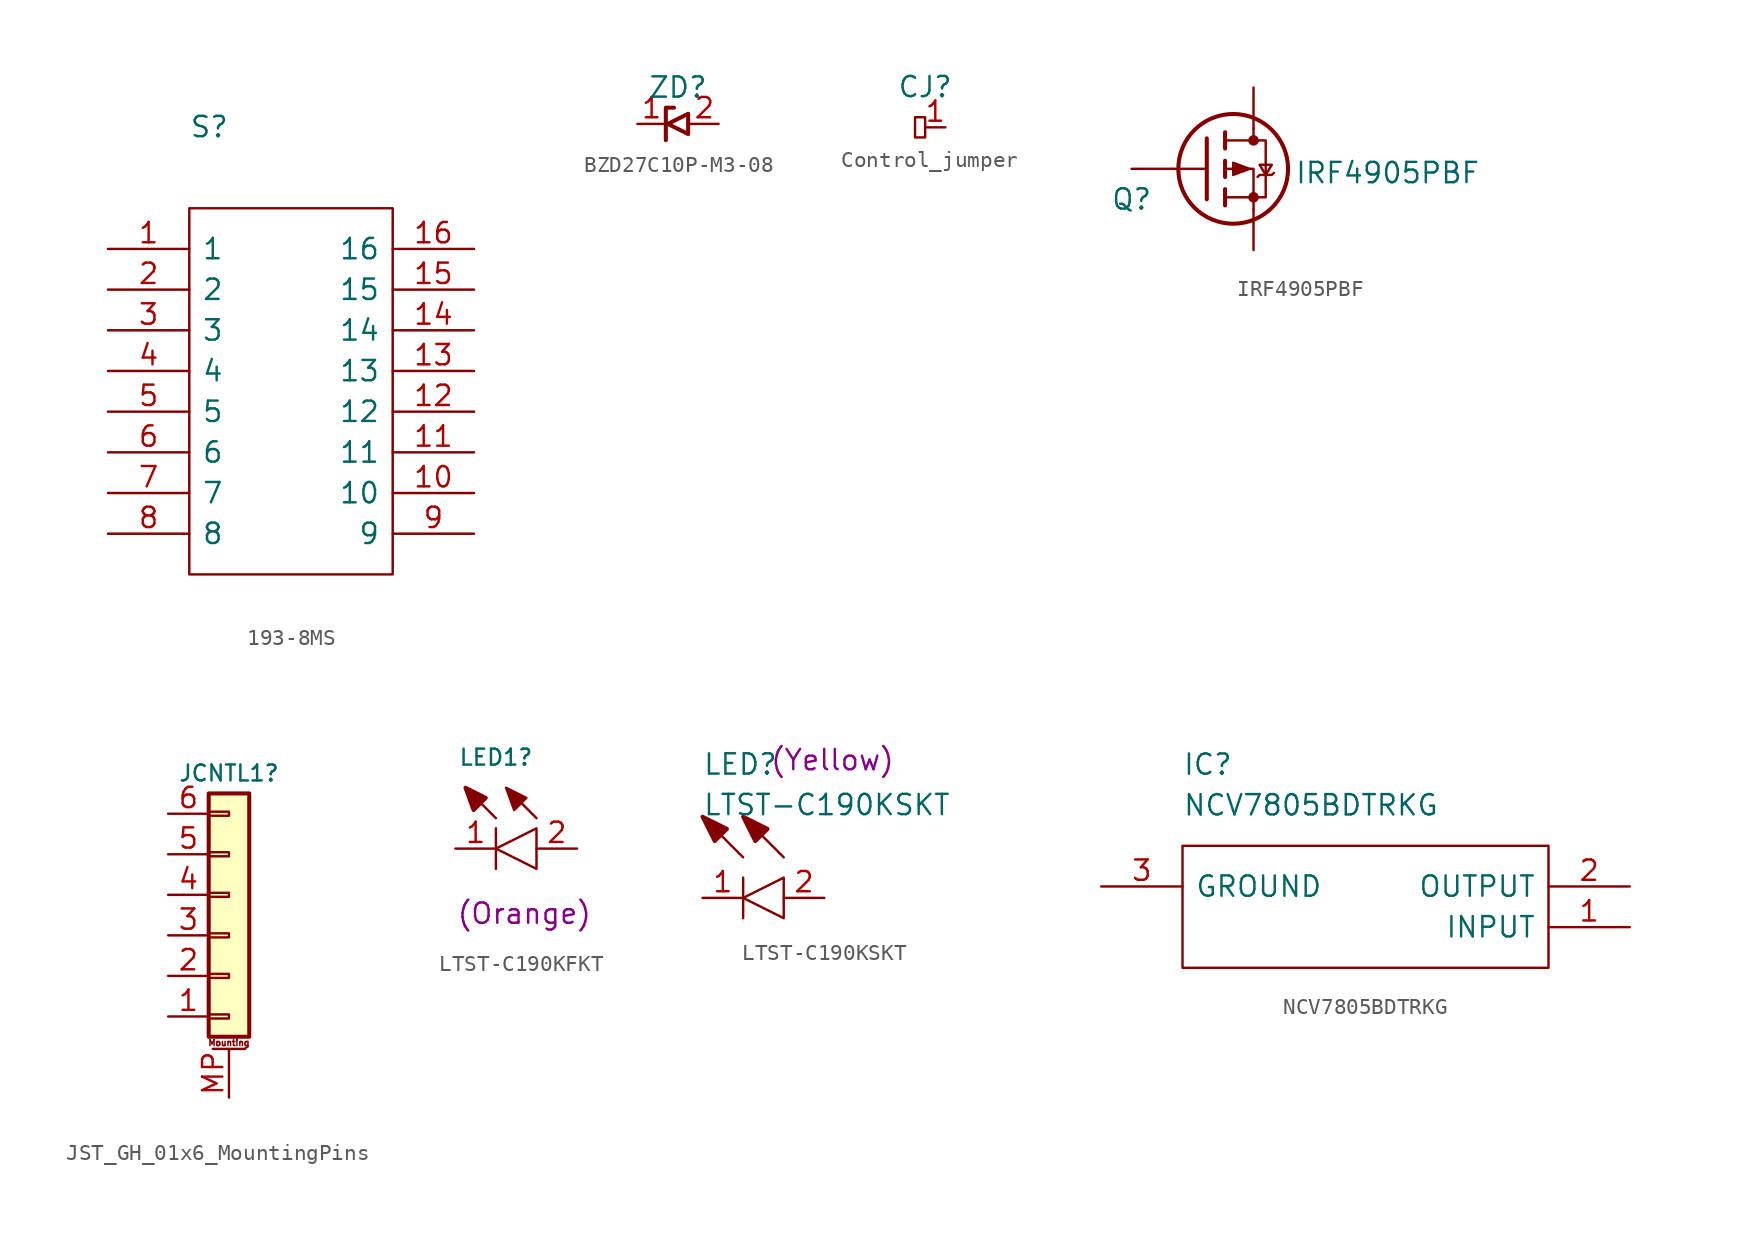
<source format=kicad_sym>
(kicad_symbol_lib
  (version 20220914)
  (generator kicad_symbol_editor)
  (symbol "193-8MS"
    (pin_names
      (offset 0.762))
    (property "Reference" "S"
      (at 5.08 7.62 0)
      (effects (font (size 1.27 1.27)) (justify left)))
    (symbol "193-8MS_0_0"
      (pin passive line (at 0 0 0) (length 5.08) (name "1" (effects (font (size 1.27 1.27)))) (number "1" (effects (font (size 1.27 1.27)))))
      (pin passive line (at 22.86 -15.24 180) (length 5.08) (name "10" (effects (font (size 1.27 1.27)))) (number "10" (effects (font (size 1.27 1.27)))))
      (pin passive line (at 22.86 -12.7 180) (length 5.08) (name "11" (effects (font (size 1.27 1.27)))) (number "11" (effects (font (size 1.27 1.27)))))
      (pin passive line (at 22.86 -10.16 180) (length 5.08) (name "12" (effects (font (size 1.27 1.27)))) (number "12" (effects (font (size 1.27 1.27)))))
      (pin passive line (at 22.86 -7.62 180) (length 5.08) (name "13" (effects (font (size 1.27 1.27)))) (number "13" (effects (font (size 1.27 1.27)))))
      (pin passive line (at 22.86 -5.08 180) (length 5.08) (name "14" (effects (font (size 1.27 1.27)))) (number "14" (effects (font (size 1.27 1.27)))))
      (pin passive line (at 22.86 -2.54 180) (length 5.08) (name "15" (effects (font (size 1.27 1.27)))) (number "15" (effects (font (size 1.27 1.27)))))
      (pin passive line (at 22.86 0 180) (length 5.08) (name "16" (effects (font (size 1.27 1.27)))) (number "16" (effects (font (size 1.27 1.27)))))
      (pin passive line (at 0 -2.54 0) (length 5.08) (name "2" (effects (font (size 1.27 1.27)))) (number "2" (effects (font (size 1.27 1.27)))))
      (pin passive line (at 0 -5.08 0) (length 5.08) (name "3" (effects (font (size 1.27 1.27)))) (number "3" (effects (font (size 1.27 1.27)))))
      (pin passive line (at 0 -7.62 0) (length 5.08) (name "4" (effects (font (size 1.27 1.27)))) (number "4" (effects (font (size 1.27 1.27)))))
      (pin passive line (at 0 -10.16 0) (length 5.08) (name "5" (effects (font (size 1.27 1.27)))) (number "5" (effects (font (size 1.27 1.27)))))
      (pin passive line (at 0 -12.7 0) (length 5.08) (name "6" (effects (font (size 1.27 1.27)))) (number "6" (effects (font (size 1.27 1.27)))))
      (pin passive line (at 0 -15.24 0) (length 5.08) (name "7" (effects (font (size 1.27 1.27)))) (number "7" (effects (font (size 1.27 1.27)))))
      (pin passive line (at 0 -17.78 0) (length 5.08) (name "8" (effects (font (size 1.27 1.27)))) (number "8" (effects (font (size 1.27 1.27)))))
      (pin passive line (at 22.86 -17.78 180) (length 5.08) (name "9" (effects (font (size 1.27 1.27)))) (number "9" (effects (font (size 1.27 1.27))))))
    (symbol "193-8MS_0_1"
      (polyline (pts (xy 5.08 2.54) (xy 17.78 2.54) (xy 17.78 -20.32) (xy 5.08 -20.32) (xy 5.08 2.54)) (stroke (width 0.152) (type default)) (fill (type none)))))
  (symbol "BZD27C10P-M3-08"
    (pin_names
      (offset 0.254))
    (property "Reference" "ZD"
      (at 0 2.286 0)
      (effects (font (size 1.27 1.27))))
    (symbol "BZD27C10P-M3-08_0_1"
      (polyline (pts (xy -0.254 1.016) (xy -0.762 1.016) (xy -0.762 -1.016)) (stroke (width 0.254) (type default)) (fill (type none)))
      (polyline (pts (xy 0.635 0.635) (xy -0.635 0) (xy 0.635 -0.635) (xy 0.635 0.635)) (stroke (width 0.254) (type default)) (fill (type none))))
    (symbol "BZD27C10P-M3-08_1_1"
      (pin passive line (at -2.54 0 0) (length 1.778) (name "" (effects (font (size 1.27 1.27)))) (number "1" (effects (font (size 1.27 1.27)))))
      (pin passive line (at 2.54 0 180) (length 1.778) (name "" (effects (font (size 1.27 1.27)))) (number "2" (effects (font (size 1.27 1.27)))))))
  (symbol "Control_jumper"
    (pin_names hide)
    (property "Reference" "CJ"
      (at 0 2.54 0)
      (effects (font (size 1.27 1.27))))
    (symbol "Control_jumper_0_1"
      (rectangle (start 0 0.635) (end -0.635 -0.635) (stroke (width 0) (type default)) (fill (type none))))
    (symbol "Control_jumper_1_1"
      (pin passive line (at 1.27 0 180) (length 1.27) (name "JC" (effects (font (size 1 1)))) (number "1" (effects (font (size 1.27 1.27)))))))
  (symbol "IRF4905PBF"
    (pin_numbers hide)
    (pin_names
      (offset 0.762) hide)
    (property "Reference" "Q"
      (at 0 -1.905 0)
      (effects (font (size 1.27 1.27))))
    (property "Value" "IRF4905PBF"
      (at 16.002 -0.254 0)
      (effects (font (size 1.27 1.27))))
    (symbol "IRF4905PBF_0_1"
      (polyline (pts (xy 4.699 0) (xy 2.54 0)) (stroke (width 0) (type default)) (fill (type none)))
      (polyline (pts (xy 4.699 1.905) (xy 4.699 -1.905)) (stroke (width 0.254) (type default)) (fill (type none)))
      (polyline (pts (xy 5.842 -1.27) (xy 5.842 -2.286)) (stroke (width 0.254) (type default)) (fill (type none)))
      (polyline (pts (xy 5.842 0.508) (xy 5.842 -0.508)) (stroke (width 0.254) (type default)) (fill (type none)))
      (polyline (pts (xy 5.842 2.286) (xy 5.842 1.27)) (stroke (width 0.254) (type default)) (fill (type none)))
      (polyline (pts (xy 7.62 2.54) (xy 7.62 1.778)) (stroke (width 0) (type default)) (fill (type none)))
      (polyline (pts (xy 7.62 -2.54) (xy 7.62 0) (xy 5.842 0)) (stroke (width 0) (type default)) (fill (type none)))
      (polyline (pts (xy 5.842 1.778) (xy 8.382 1.778) (xy 8.382 -1.778) (xy 5.842 -1.778)) (stroke (width 0) (type default)) (fill (type none)))
      (polyline (pts (xy 7.366 0) (xy 6.35 0.381) (xy 6.35 -0.381) (xy 7.366 0)) (stroke (width 0) (type default)) (fill (type outline)))
      (polyline (pts (xy 7.874 -0.508) (xy 8.001 -0.381) (xy 8.763 -0.381) (xy 8.89 -0.254)) (stroke (width 0) (type default)) (fill (type none)))
      (polyline (pts (xy 8.382 -0.381) (xy 8.001 0.254) (xy 8.763 0.254) (xy 8.382 -0.381)) (stroke (width 0) (type default)) (fill (type none)))
      (circle (center 6.35 0) (radius 3.429) (stroke (width 0.254) (type default)) (fill (type none)))
      (circle (center 7.62 -1.778) (radius 0.254) (stroke (width 0) (type default)) (fill (type outline)))
      (circle (center 7.62 1.778) (radius 0.254) (stroke (width 0) (type default)) (fill (type outline))))
    (symbol "IRF4905PBF_1_1"
      (pin input line (at 0 0 0) (length 2.54) (name "" (effects (font (size 1.27 1.27)))) (number "1" (effects (font (size 1.27 1.27)))))
      (pin passive line (at 7.62 5.08 270) (length 2.54) (name "" (effects (font (size 1.27 1.27)))) (number "2" (effects (font (size 1.27 1.27)))))
      (pin passive line (at 7.62 -5.08 90) (length 2.54) (name "" (effects (font (size 1.27 1.27)))) (number "3" (effects (font (size 1.27 1.27)))))))
  (symbol "JST_GH_01x6_MountingPins"
    (pin_names
      (offset 1.016) hide)
    (property "Reference" "JCNTL1"
      (at 0 7.62 0)
      (effects (font (size 1 1))))
    (symbol "JST_GH_01x6_MountingPins_1_1"
      (rectangle (start -1.27 -7.493) (end 0 -7.747) (stroke (width 0.152) (type default)) (fill (type none)))
      (rectangle (start -1.27 -4.953) (end 0 -5.207) (stroke (width 0.152) (type default)) (fill (type none)))
      (rectangle (start -1.27 -2.413) (end 0 -2.667) (stroke (width 0.152) (type default)) (fill (type none)))
      (rectangle (start -1.27 0.127) (end 0 -0.127) (stroke (width 0.152) (type default)) (fill (type none)))
      (rectangle (start -1.27 2.667) (end 0 2.413) (stroke (width 0.152) (type default)) (fill (type none)))
      (rectangle (start -1.27 5.207) (end 0 4.953) (stroke (width 0.152) (type default)) (fill (type none)))
      (rectangle (start -1.27 6.35) (end 1.27 -8.89) (stroke (width 0.254) (type default)) (fill (type background)))
      (polyline (pts (xy -1.016 -9.652) (xy 1.016 -9.652)) (stroke (width 0.152) (type default)) (fill (type none)))
      (text "Mounting" (at 0 -9.271 0) (effects (font (size 0.381 0.381))))
      (pin passive line (at -3.81 -7.62 0) (length 2.54) (name "Pin_1" (effects (font (size 1.27 1.27)))) (number "1" (effects (font (size 1.27 1.27)))))
      (pin passive line (at -3.81 -5.08 0) (length 2.54) (name "Pin_2" (effects (font (size 1.27 1.27)))) (number "2" (effects (font (size 1.27 1.27)))))
      (pin passive line (at -3.81 -2.54 0) (length 2.54) (name "Pin_3" (effects (font (size 1.27 1.27)))) (number "3" (effects (font (size 1.27 1.27)))))
      (pin passive line (at -3.81 0 0) (length 2.54) (name "Pin_4" (effects (font (size 1.27 1.27)))) (number "4" (effects (font (size 1.27 1.27)))))
      (pin passive line (at -3.81 2.54 0) (length 2.54) (name "Pin_5" (effects (font (size 1.27 1.27)))) (number "5" (effects (font (size 1.27 1.27)))))
      (pin passive line (at -3.81 5.08 0) (length 2.54) (name "Pin_6" (effects (font (size 1.27 1.27)))) (number "6" (effects (font (size 1.27 1.27)))))
      (pin passive line (at 0 -12.7 90) (length 3.048) (name "MountPin" (effects (font (size 1.27 1.27)))) (number "MP" (effects (font (size 1.27 1.27)))))
      (pin passive line (at 0 -12.7 90) (length 3.048) hide (name "MountPin" (effects (font (size 1.27 1.27)))) (number "MP" (effects (font (size 1.27 1.27)))))))
  (symbol "LTST-C190KFKT"
    (pin_names
      (offset 0.762))
    (property "Reference" "LED1"
      (at 2.54 5.715 0)
      (effects (font (size 1 1))))
    (property "Color" "(Orange)"
      (at 4.318 -4.064 0)
      (effects (font (size 1.27 1.27))))
    (symbol "LTST-C190KFKT_0_0"
      (pin passive line (at 0 0 0) (length 2.54) (name "~" (effects (font (size 1.27 1.27)))) (number "1" (effects (font (size 1.27 1.27)))))
      (pin passive line (at 7.62 0 180) (length 2.54) (name "~" (effects (font (size 1.27 1.27)))) (number "2" (effects (font (size 1.27 1.27))))))
    (symbol "LTST-C190KFKT_0_1"
      (polyline (pts (xy 2.54 1.27) (xy 2.54 -1.27)) (stroke (width 0) (type default)) (fill (type none)))
      (polyline (pts (xy 2.54 1.905) (xy 1.27 3.175)) (stroke (width 0.152) (type default)) (fill (type none)))
      (polyline (pts (xy 5.08 1.905) (xy 3.81 3.175)) (stroke (width 0) (type default)) (fill (type none)))
      (polyline (pts (xy 1.905 3.175) (xy 1.143 2.413) (xy 0.635 3.81) (xy 1.905 3.175)) (stroke (width 0.254) (type default)) (fill (type outline)))
      (polyline (pts (xy 2.54 0) (xy 5.08 1.27) (xy 5.08 -1.27) (xy 2.54 0)) (stroke (width 0) (type default)) (fill (type none)))
      (polyline (pts (xy 4.445 3.175) (xy 3.683 2.413) (xy 3.175 3.81) (xy 4.445 3.175)) (stroke (width 0) (type default)) (fill (type outline)))))
  (symbol "LTST-C190KSKT"
    (pin_names
      (offset 0.762))
    (property "Reference" "LED"
      (at 0 7.62 0)
      (effects (font (size 1.27 1.27)) (justify left bottom)))
    (property "Value" "LTST-C190KSKT"
      (at 0 5.08 0)
      (effects (font (size 1.27 1.27)) (justify left bottom)))
    (property "Color" "(Yellow)"
      (at 8.128 8.636 0)
      (effects (font (size 1.27 1.27))))
    (symbol "LTST-C190KSKT_0_0"
      (pin passive line (at 0 0 0) (length 2.54) (name "~" (effects (font (size 1.27 1.27)))) (number "1" (effects (font (size 1.27 1.27)))))
      (pin passive line (at 7.62 0 180) (length 2.54) (name "~" (effects (font (size 1.27 1.27)))) (number "2" (effects (font (size 1.27 1.27))))))
    (symbol "LTST-C190KSKT_0_1"
      (polyline (pts (xy 2.54 1.27) (xy 2.54 -1.27)) (stroke (width 0.152) (type default)) (fill (type none)))
      (polyline (pts (xy 2.54 2.54) (xy 0 5.08)) (stroke (width 0.152) (type default)) (fill (type none)))
      (polyline (pts (xy 5.08 2.54) (xy 2.54 5.08)) (stroke (width 0.152) (type default)) (fill (type none)))
      (polyline (pts (xy 1.524 4.318) (xy 0.762 3.556) (xy 0 5.08) (xy 1.524 4.318)) (stroke (width 0.254) (type default)) (fill (type outline)))
      (polyline (pts (xy 2.54 0) (xy 5.08 1.27) (xy 5.08 -1.27) (xy 2.54 0)) (stroke (width 0) (type default)) (fill (type none)))
      (polyline (pts (xy 4.064 4.318) (xy 3.302 3.556) (xy 2.54 5.08) (xy 4.064 4.318)) (stroke (width 0.254) (type default)) (fill (type outline)))))
  (symbol "NCV7805BDTRKG"
    (pin_names
      (offset 0.762))
    (property "Reference" "IC"
      (at 5.08 7.62 0)
      (effects (font (size 1.27 1.27)) (justify left)))
    (property "Value" "NCV7805BDTRKG"
      (at 5.08 5.08 0)
      (effects (font (size 1.27 1.27)) (justify left)))
    (symbol "NCV7805BDTRKG_0_0"
      (pin passive line (at 33.02 -2.54 180) (length 5.08) (name "INPUT" (effects (font (size 1.27 1.27)))) (number "1" (effects (font (size 1.27 1.27)))))
      (pin passive line (at 33.02 0 180) (length 5.08) (name "OUTPUT" (effects (font (size 1.27 1.27)))) (number "2" (effects (font (size 1.27 1.27)))))
      (pin passive line (at 0 0 0) (length 5.08) (name "GROUND" (effects (font (size 1.27 1.27)))) (number "3" (effects (font (size 1.27 1.27))))))
    (symbol "NCV7805BDTRKG_0_1"
      (polyline (pts (xy 5.08 2.54) (xy 27.94 2.54) (xy 27.94 -5.08) (xy 5.08 -5.08) (xy 5.08 2.54)) (stroke (width 0.152) (type default)) (fill (type none))))))
</source>
